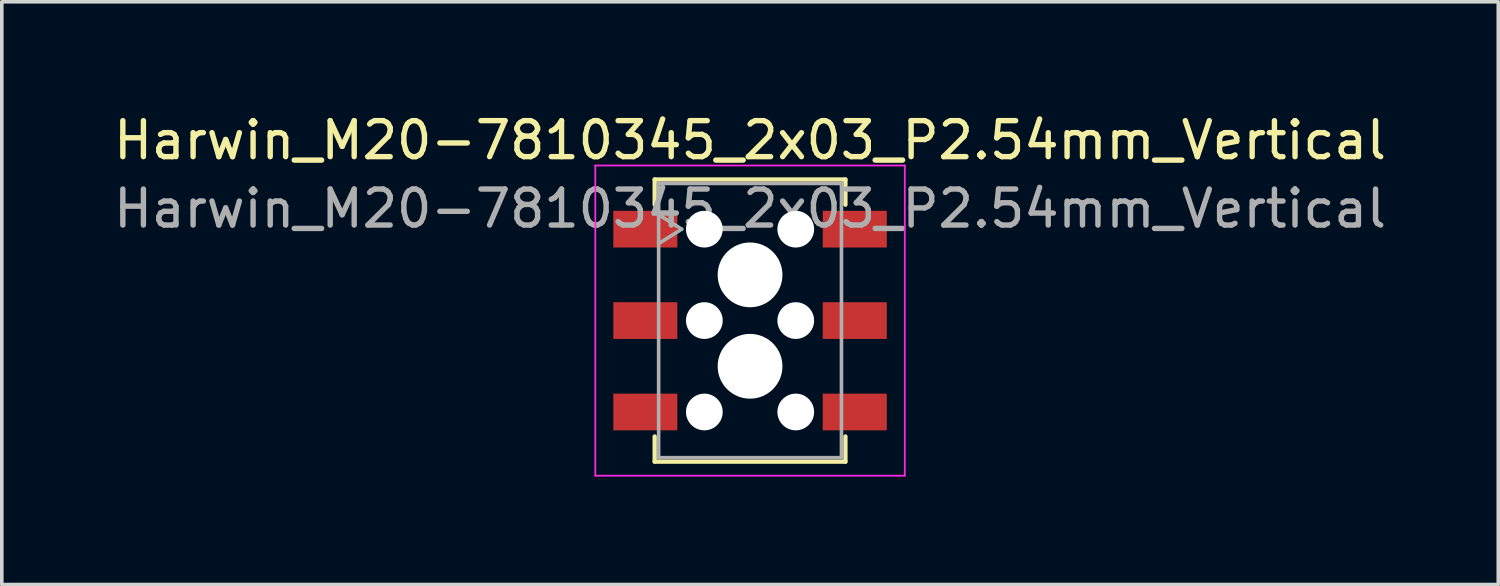
<source format=kicad_pcb>
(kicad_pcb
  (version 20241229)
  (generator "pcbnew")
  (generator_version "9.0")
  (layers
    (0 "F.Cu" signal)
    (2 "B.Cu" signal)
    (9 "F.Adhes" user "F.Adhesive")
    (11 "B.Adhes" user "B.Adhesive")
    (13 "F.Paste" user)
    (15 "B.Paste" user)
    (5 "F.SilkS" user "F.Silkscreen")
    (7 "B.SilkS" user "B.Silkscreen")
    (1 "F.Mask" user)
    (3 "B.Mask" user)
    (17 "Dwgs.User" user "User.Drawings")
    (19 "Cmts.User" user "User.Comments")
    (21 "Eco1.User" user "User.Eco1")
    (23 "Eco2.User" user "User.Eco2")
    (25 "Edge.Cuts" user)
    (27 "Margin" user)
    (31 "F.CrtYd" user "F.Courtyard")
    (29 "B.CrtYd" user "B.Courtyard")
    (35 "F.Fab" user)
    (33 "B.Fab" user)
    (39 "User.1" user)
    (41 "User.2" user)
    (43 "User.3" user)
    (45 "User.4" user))
  (footprint "Harwin_M20-7810345_2x03_P2.54mm_Vertical"
    (layer "F.Cu")
    (at 17.792 5.858)
    (property "Reference" "Harwin_M20-7810345_2x03_P2.54mm_Vertical" (at 0 -5.01 0) (layer "F.SilkS") (effects (font (size 1 1) (thickness 0.15))))
    (attr smd)
    (fp_line (start -2.65 -3.92) (end 2.65 -3.92) (stroke (width 0.12) (type solid)) (layer "F.SilkS"))
    (fp_line (start -2.65 -3.22) (end -2.65 -3.92) (stroke (width 0.12) (type solid)) (layer "F.SilkS"))
    (fp_line (start -2.65 3.22) (end -2.65 3.92) (stroke (width 0.12) (type solid)) (layer "F.SilkS"))
    (fp_line (start -2.65 3.92) (end 2.65 3.92) (stroke (width 0.12) (type solid)) (layer "F.SilkS"))
    (fp_line (start 2.65 -3.92) (end 2.65 -3.22) (stroke (width 0.12) (type solid)) (layer "F.SilkS"))
    (fp_line (start 2.65 3.92) (end 2.65 3.22) (stroke (width 0.12) (type solid)) (layer "F.SilkS"))
    (fp_line (start -4.3 -4.31) (end 4.3 -4.31) (stroke (width 0.05) (type solid)) (layer "F.CrtYd"))
    (fp_line (start -4.3 4.31) (end -4.3 -4.31) (stroke (width 0.05) (type solid)) (layer "F.CrtYd"))
    (fp_line (start 4.3 -4.31) (end 4.3 4.31) (stroke (width 0.05) (type solid)) (layer "F.CrtYd"))
    (fp_line (start 4.3 4.31) (end -4.3 4.31) (stroke (width 0.05) (type solid)) (layer "F.CrtYd"))
    (fp_line (start -2.54 -3.81) (end 2.54 -3.81) (stroke (width 0.1) (type solid)) (layer "F.Fab"))
    (fp_line (start -2.54 -2.94) (end -1.9 -2.54) (stroke (width 0.1) (type solid)) (layer "F.Fab"))
    (fp_line (start -2.54 3.81) (end -2.54 -3.81) (stroke (width 0.1) (type solid)) (layer "F.Fab"))
    (fp_line (start -1.9 -2.54) (end -2.54 -2.14) (stroke (width 0.1) (type solid)) (layer "F.Fab"))
    (fp_line (start 2.54 -3.81) (end 2.54 3.81) (stroke (width 0.1) (type solid)) (layer "F.Fab"))
    (fp_line (start 2.54 3.81) (end -2.54 3.81) (stroke (width 0.1) (type solid)) (layer "F.Fab"))
    (fp_text user "${REFERENCE}" (at 0 -3.11 0) (layer "F.Fab") (effects (font (size 1 1) (thickness 0.15))))
    (pad "" np_thru_hole circle (at -1.27 -2.54) (size 1.02 1.02) (drill 1.02) (layers "*.Cu" "*.Mask"))
    (pad "" np_thru_hole circle (at -1.27 0) (size 1.02 1.02) (drill 1.02) (layers "*.Cu" "*.Mask"))
    (pad "" np_thru_hole circle (at -1.27 2.54) (size 1.02 1.02) (drill 1.02) (layers "*.Cu" "*.Mask"))
    (pad "" np_thru_hole circle (at 0 -1.27) (size 1.8 1.8) (drill 1.8) (layers "*.Cu" "*.Mask"))
    (pad "" np_thru_hole circle (at 0 1.27) (size 1.8 1.8) (drill 1.8) (layers "*.Cu" "*.Mask"))
    (pad "" np_thru_hole circle (at 1.27 -2.54) (size 1.02 1.02) (drill 1.02) (layers "*.Cu" "*.Mask"))
    (pad "" np_thru_hole circle (at 1.27 0) (size 1.02 1.02) (drill 1.02) (layers "*.Cu" "*.Mask"))
    (pad "" np_thru_hole circle (at 1.27 2.54) (size 1.02 1.02) (drill 1.02) (layers "*.Cu" "*.Mask"))
    (pad "1" smd rect (at -2.91 -2.54) (size 1.78 1.02) (layers "F.Cu" "F.Mask" "F.Paste"))
    (pad "2" smd rect (at 2.91 -2.54) (size 1.78 1.02) (layers "F.Cu" "F.Mask" "F.Paste"))
    (pad "3" smd rect (at -2.91 0) (size 1.78 1.02) (layers "F.Cu" "F.Mask" "F.Paste"))
    (pad "4" smd rect (at 2.91 0) (size 1.78 1.02) (layers "F.Cu" "F.Mask" "F.Paste"))
    (pad "5" smd rect (at -2.91 2.54) (size 1.78 1.02) (layers "F.Cu" "F.Mask" "F.Paste"))
    (pad "6" smd rect (at 2.91 2.54) (size 1.78 1.02) (layers "F.Cu" "F.Mask" "F.Paste")))
  (gr_rect
    (start -3 -3)
    (end 38.583 13.193)
    (stroke (width 0.1) (type default))
    (fill no)
    (layer "Edge.Cuts")))
</source>
